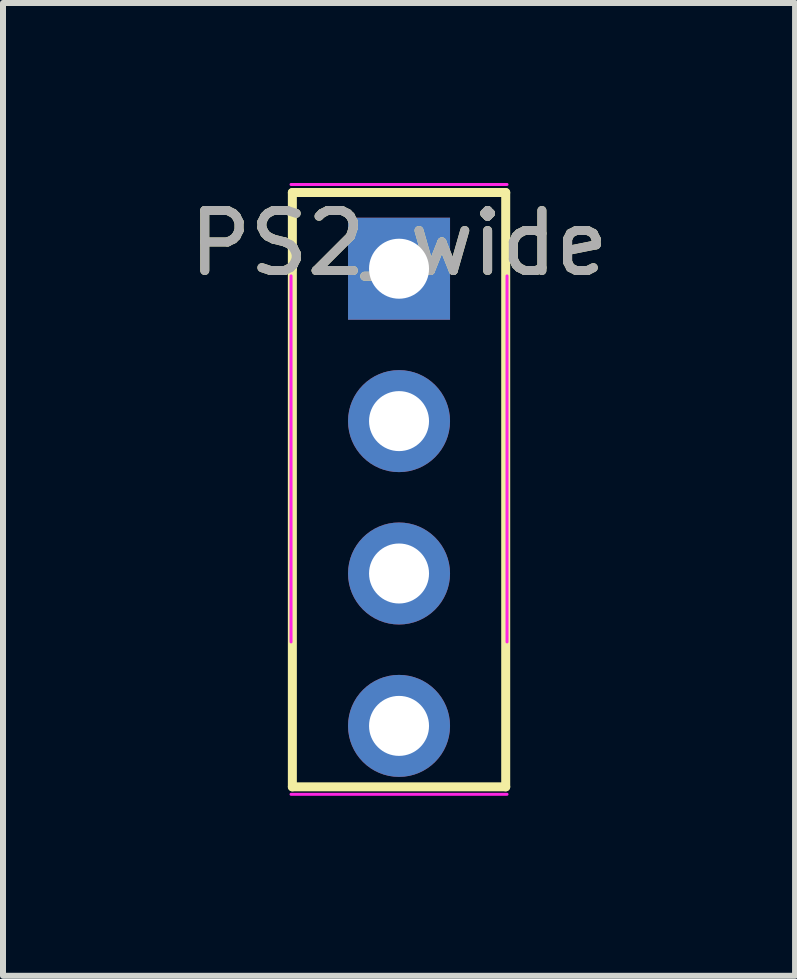
<source format=kicad_pcb>
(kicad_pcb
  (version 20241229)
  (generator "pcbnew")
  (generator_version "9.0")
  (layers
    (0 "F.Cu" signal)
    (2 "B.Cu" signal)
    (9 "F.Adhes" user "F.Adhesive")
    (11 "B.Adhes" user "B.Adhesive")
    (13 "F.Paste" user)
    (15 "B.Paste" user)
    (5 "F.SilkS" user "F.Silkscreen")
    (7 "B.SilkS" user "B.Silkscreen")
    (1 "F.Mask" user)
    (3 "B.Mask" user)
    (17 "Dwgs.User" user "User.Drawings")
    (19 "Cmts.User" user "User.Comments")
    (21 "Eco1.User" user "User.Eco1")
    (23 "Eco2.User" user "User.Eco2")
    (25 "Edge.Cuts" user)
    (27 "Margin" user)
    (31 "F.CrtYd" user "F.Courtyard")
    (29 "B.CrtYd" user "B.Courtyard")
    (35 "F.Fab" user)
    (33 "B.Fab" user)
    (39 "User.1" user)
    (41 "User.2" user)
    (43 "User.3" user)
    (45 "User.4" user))
  (footprint "PS2_wide"
    (layer "F.Cu")
    (at 3.601 2.699)
    (property "Reference" "PS2_wide" (at 0 -1.695 0) (layer "F.SilkS") (effects (font (size 1 1) (thickness 0.15))))
    (attr through_hole)
    (fp_line (start -1.778 -2.54) (end 1.778 -2.54) (stroke (width 0.15) (type solid)) (layer "F.SilkS"))
    (fp_line (start -1.778 -1.27) (end -1.778 -2.54) (stroke (width 0.15) (type solid)) (layer "F.SilkS"))
    (fp_line (start -1.778 7.366) (end -1.778 -1.27) (stroke (width 0.15) (type solid)) (layer "F.SilkS"))
    (fp_line (start 1.778 -2.54) (end 1.778 7.366) (stroke (width 0.15) (type solid)) (layer "F.SilkS"))
    (fp_line (start 1.778 7.366) (end -1.778 7.366) (stroke (width 0.15) (type solid)) (layer "F.SilkS"))
    (fp_line (start -1.8 -1.15) (end -1.8 4.95) (stroke (width 0.05) (type solid)) (layer "F.CrtYd"))
    (fp_line (start -1.8 7.49) (end 1.8 7.49) (stroke (width 0.05) (type solid)) (layer "F.CrtYd"))
    (fp_line (start 1.8 -2.674) (end -1.8 -2.674) (stroke (width 0.05) (type solid)) (layer "F.CrtYd"))
    (fp_line (start 1.8 4.95) (end 1.8 -1.15) (stroke (width 0.05) (type solid)) (layer "F.CrtYd"))
    (fp_text user "${REFERENCE}" (at 0 -1.695 0) (layer "F.Fab") (effects (font (size 1 1) (thickness 0.15))))
    (pad "1" thru_hole rect (at 0 -1.27 180) (size 1.7 1.7) (drill 1) (layers "*.Cu" "*.Mask"))
    (pad "2" thru_hole oval (at 0 1.27 180) (size 1.7 1.7) (drill 1) (layers "*.Cu" "*.Mask"))
    (pad "3" thru_hole oval (at 0 3.81 180) (size 1.7 1.7) (drill 1) (layers "*.Cu" "*.Mask"))
    (pad "4" thru_hole oval (at 0 6.35 180) (size 1.7 1.7) (drill 1) (layers "*.Cu" "*.Mask")))
  (gr_rect
    (start -3 -3)
    (end 10.202 13.214)
    (stroke (width 0.1) (type default))
    (fill no)
    (layer "Edge.Cuts")))
</source>
